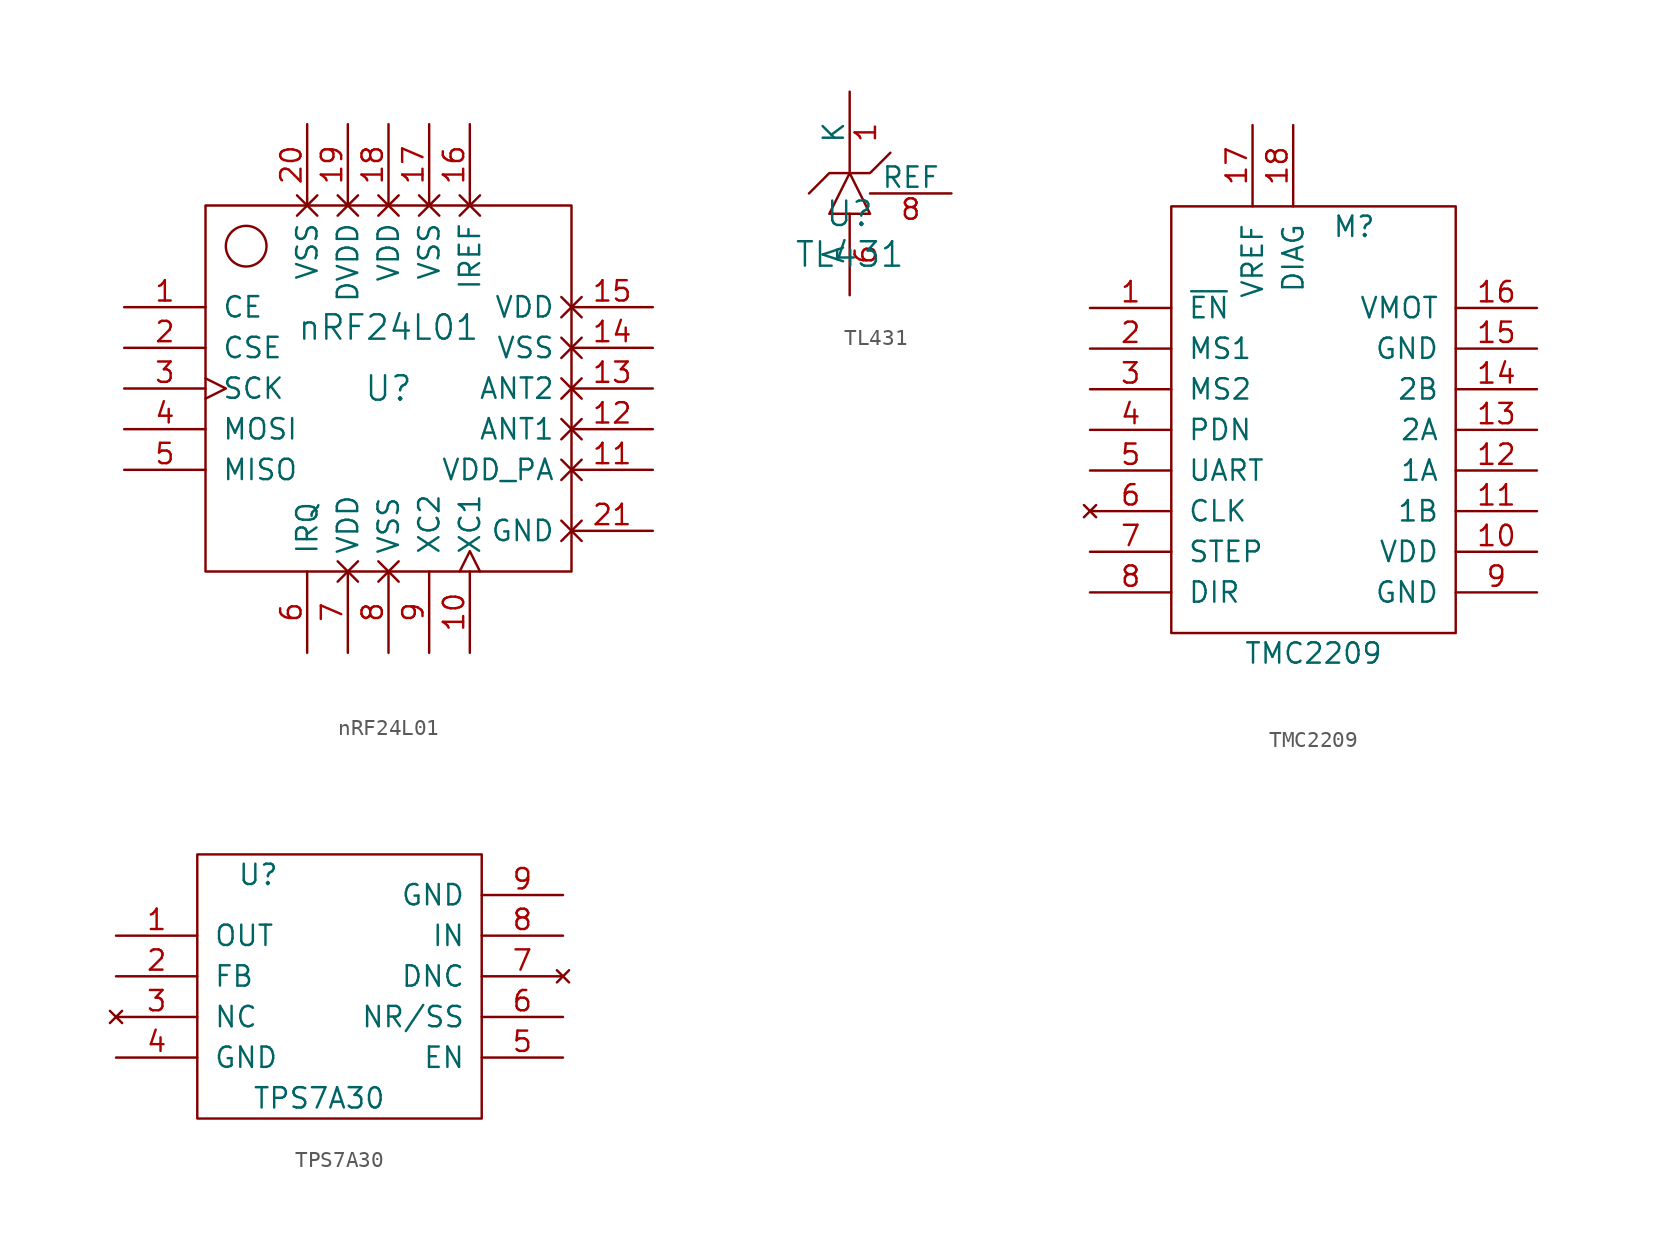
<source format=kicad_sym>
(kicad_symbol_lib
  (version 20220914)
  (generator kicad_symbol_editor)
  (symbol "nRF24L01"
    (pin_names
      (offset 1.016))
    (property "Reference" "U"
      (at 0 0 0)
      (effects (font (size 1.524 1.524))))
    (property "Value" "nRF24L01"
      (at 0 3.81 0)
      (effects (font (size 1.524 1.524))))
    (property "Footprint" ""
      (at 10.16 -13.97 0)
      (effects (font (size 1.524 1.524))))
    (property "Datasheet" ""
      (at 10.16 -13.97 0)
      (effects (font (size 1.524 1.524))))
    (symbol "nRF24L01_0_1"
      (rectangle (start -11.43 11.43) (end 11.43 -11.43) (stroke (width 0) (type default)) (fill (type none)))
      (circle (center -8.89 8.89) (radius 1.27) (stroke (width 0) (type default)) (fill (type none))))
    (symbol "nRF24L01_1_1"
      (pin input line (at -16.51 5.08 0) (length 5.08) (name "CE" (effects (font (size 1.27 1.27)))) (number "1" (effects (font (size 1.27 1.27)))))
      (pin input clock (at 5.08 -16.51 90) (length 5.08) (name "XC1" (effects (font (size 1.27 1.27)))) (number "10" (effects (font (size 1.27 1.27)))))
      (pin power_out non_logic (at 16.51 -5.08 180) (length 5.08) (name "VDD_PA" (effects (font (size 1.27 1.27)))) (number "11" (effects (font (size 1.27 1.27)))))
      (pin bidirectional non_logic (at 16.51 -2.54 180) (length 5.08) (name "ANT1" (effects (font (size 1.27 1.27)))) (number "12" (effects (font (size 1.27 1.27)))))
      (pin bidirectional non_logic (at 16.51 0 180) (length 5.08) (name "ANT2" (effects (font (size 1.27 1.27)))) (number "13" (effects (font (size 1.27 1.27)))))
      (pin power_in non_logic (at 16.51 2.54 180) (length 5.08) (name "VSS" (effects (font (size 1.27 1.27)))) (number "14" (effects (font (size 1.27 1.27)))))
      (pin power_in non_logic (at 16.51 5.08 180) (length 5.08) (name "VDD" (effects (font (size 1.27 1.27)))) (number "15" (effects (font (size 1.27 1.27)))))
      (pin power_in non_logic (at 5.08 16.51 270) (length 5.08) (name "IREF" (effects (font (size 1.27 1.27)))) (number "16" (effects (font (size 1.27 1.27)))))
      (pin power_in non_logic (at 2.54 16.51 270) (length 5.08) (name "VSS" (effects (font (size 1.27 1.27)))) (number "17" (effects (font (size 1.27 1.27)))))
      (pin power_in non_logic (at 0 16.51 270) (length 5.08) (name "VDD" (effects (font (size 1.27 1.27)))) (number "18" (effects (font (size 1.27 1.27)))))
      (pin power_in non_logic (at -2.54 16.51 270) (length 5.08) (name "DVDD" (effects (font (size 1.27 1.27)))) (number "19" (effects (font (size 1.27 1.27)))))
      (pin input line (at -16.51 2.54 0) (length 5.08) (name "CSE" (effects (font (size 1.27 1.27)))) (number "2" (effects (font (size 1.27 1.27)))))
      (pin power_in non_logic (at -5.08 16.51 270) (length 5.08) (name "VSS" (effects (font (size 1.27 1.27)))) (number "20" (effects (font (size 1.27 1.27)))))
      (pin power_in non_logic (at 16.51 -8.89 180) (length 5.08) (name "GND" (effects (font (size 1.27 1.27)))) (number "21" (effects (font (size 1.27 1.27)))))
      (pin input clock (at -16.51 0 0) (length 5.08) (name "SCK" (effects (font (size 1.27 1.27)))) (number "3" (effects (font (size 1.27 1.27)))))
      (pin input line (at -16.51 -2.54 0) (length 5.08) (name "MOSI" (effects (font (size 1.27 1.27)))) (number "4" (effects (font (size 1.27 1.27)))))
      (pin input line (at -16.51 -5.08 0) (length 5.08) (name "MISO" (effects (font (size 1.27 1.27)))) (number "5" (effects (font (size 1.27 1.27)))))
      (pin input line (at -5.08 -16.51 90) (length 5.08) (name "IRQ" (effects (font (size 1.27 1.27)))) (number "6" (effects (font (size 1.27 1.27)))))
      (pin power_in non_logic (at -2.54 -16.51 90) (length 5.08) (name "VDD" (effects (font (size 1.27 1.27)))) (number "7" (effects (font (size 1.27 1.27)))))
      (pin power_in non_logic (at 0 -16.51 90) (length 5.08) (name "VSS" (effects (font (size 1.27 1.27)))) (number "8" (effects (font (size 1.27 1.27)))))
      (pin input line (at 2.54 -16.51 90) (length 5.08) (name "XC2" (effects (font (size 1.27 1.27)))) (number "9" (effects (font (size 1.27 1.27)))))))
  (symbol "TL431"
    (pin_names
      (offset 0))
    (property "Reference" "U"
      (at 0 -1.27 0)
      (effects (font (size 1.524 1.524))))
    (property "Value" "TL431"
      (at 0 -3.81 0)
      (effects (font (size 1.524 1.524))))
    (property "Footprint" ""
      (at 0 0 0)
      (effects (font (size 1.524 1.524))))
    (property "Datasheet" ""
      (at 0 0 0)
      (effects (font (size 1.524 1.524))))
    (symbol "TL431_0_1"
      (polyline (pts (xy -2.54 0) (xy -1.27 1.27) (xy 1.27 1.27) (xy 2.54 2.54)) (stroke (width 0) (type default)) (fill (type none)))
      (polyline (pts (xy -1.27 -1.27) (xy 1.27 -1.27) (xy 0 1.27) (xy -1.27 -1.27)) (stroke (width 0) (type default)) (fill (type none))))
    (symbol "TL431_1_1"
      (pin input line (at 0 6.35 270) (length 5.08) (name "K" (effects (font (size 1.27 1.27)))) (number "1" (effects (font (size 1.27 1.27)))))
      (pin input line (at 0 -6.35 90) (length 5.08) (name "A" (effects (font (size 1.27 1.27)))) (number "6" (effects (font (size 1.27 1.27)))))
      (pin input line (at 6.35 0 180) (length 5.08) (name "REF" (effects (font (size 1.27 1.27)))) (number "8" (effects (font (size 1.27 1.27)))))))
  (symbol "TMC2209"
    (pin_names
      (offset 1.016))
    (property "Reference" "M"
      (at 2.54 13.97 0)
      (effects (font (size 1.27 1.27))))
    (property "Value" "TMC2209"
      (at 0 -12.7 0)
      (effects (font (size 1.27 1.27))))
    (symbol "TMC2209_1_1"
      (rectangle (start -8.89 15.24) (end 8.89 -11.43) (stroke (width 0) (type default)) (fill (type none)))
      (pin input line (at -13.97 8.89 0) (length 5.08) (name "~{EN}" (effects (font (size 1.27 1.27)))) (number "1" (effects (font (size 1.27 1.27)))))
      (pin power_in line (at 13.97 -6.35 180) (length 5.08) (name "VDD" (effects (font (size 1.27 1.27)))) (number "10" (effects (font (size 1.27 1.27)))))
      (pin output line (at 13.97 -3.81 180) (length 5.08) (name "1B" (effects (font (size 1.27 1.27)))) (number "11" (effects (font (size 1.27 1.27)))))
      (pin output line (at 13.97 -1.27 180) (length 5.08) (name "1A" (effects (font (size 1.27 1.27)))) (number "12" (effects (font (size 1.27 1.27)))))
      (pin output line (at 13.97 1.27 180) (length 5.08) (name "2A" (effects (font (size 1.27 1.27)))) (number "13" (effects (font (size 1.27 1.27)))))
      (pin output line (at 13.97 3.81 180) (length 5.08) (name "2B" (effects (font (size 1.27 1.27)))) (number "14" (effects (font (size 1.27 1.27)))))
      (pin power_in line (at 13.97 6.35 180) (length 5.08) (name "GND" (effects (font (size 1.27 1.27)))) (number "15" (effects (font (size 1.27 1.27)))))
      (pin power_in line (at 13.97 8.89 180) (length 5.08) (name "VMOT" (effects (font (size 1.27 1.27)))) (number "16" (effects (font (size 1.27 1.27)))))
      (pin output line (at -3.81 20.32 270) (length 5.08) (name "VREF" (effects (font (size 1.27 1.27)))) (number "17" (effects (font (size 1.27 1.27)))))
      (pin output line (at -1.27 20.32 270) (length 5.08) (name "DIAG" (effects (font (size 1.27 1.27)))) (number "18" (effects (font (size 1.27 1.27)))))
      (pin input line (at -13.97 6.35 0) (length 5.08) (name "MS1" (effects (font (size 1.27 1.27)))) (number "2" (effects (font (size 1.27 1.27)))))
      (pin input line (at -13.97 3.81 0) (length 5.08) (name "MS2" (effects (font (size 1.27 1.27)))) (number "3" (effects (font (size 1.27 1.27)))))
      (pin input line (at -13.97 1.27 0) (length 5.08) (name "PDN" (effects (font (size 1.27 1.27)))) (number "4" (effects (font (size 1.27 1.27)))))
      (pin input line (at -13.97 -1.27 0) (length 5.08) (name "UART" (effects (font (size 1.27 1.27)))) (number "5" (effects (font (size 1.27 1.27)))))
      (pin no_connect line (at -13.97 -3.81 0) (length 5.08) (name "CLK" (effects (font (size 1.27 1.27)))) (number "6" (effects (font (size 1.27 1.27)))))
      (pin input line (at -13.97 -6.35 0) (length 5.08) (name "STEP" (effects (font (size 1.27 1.27)))) (number "7" (effects (font (size 1.27 1.27)))))
      (pin input line (at -13.97 -8.89 0) (length 5.08) (name "DIR" (effects (font (size 1.27 1.27)))) (number "8" (effects (font (size 1.27 1.27)))))
      (pin power_in line (at 13.97 -8.89 180) (length 5.08) (name "GND" (effects (font (size 1.27 1.27)))) (number "9" (effects (font (size 1.27 1.27)))))))
  (symbol "TPS7A30"
    (pin_names
      (offset 1.016))
    (property "Reference" "U"
      (at -5.08 7.62 0)
      (effects (font (size 1.27 1.27))))
    (property "Value" "TPS7A30"
      (at -1.27 -6.35 0)
      (effects (font (size 1.27 1.27))))
    (symbol "TPS7A30_1_1"
      (rectangle (start -8.89 8.89) (end 8.89 -7.62) (stroke (width 0) (type default)) (fill (type none)))
      (pin power_out line (at -13.97 3.81 0) (length 5.08) (name "OUT" (effects (font (size 1.27 1.27)))) (number "1" (effects (font (size 1.27 1.27)))))
      (pin input line (at -13.97 1.27 0) (length 5.08) (name "FB" (effects (font (size 1.27 1.27)))) (number "2" (effects (font (size 1.27 1.27)))))
      (pin no_connect line (at -13.97 -1.27 0) (length 5.08) (name "NC" (effects (font (size 1.27 1.27)))) (number "3" (effects (font (size 1.27 1.27)))))
      (pin power_in line (at -13.97 -3.81 0) (length 5.08) (name "GND" (effects (font (size 1.27 1.27)))) (number "4" (effects (font (size 1.27 1.27)))))
      (pin input line (at 13.97 -3.81 180) (length 5.08) (name "EN" (effects (font (size 1.27 1.27)))) (number "5" (effects (font (size 1.27 1.27)))))
      (pin input line (at 13.97 -1.27 180) (length 5.08) (name "NR/SS" (effects (font (size 1.27 1.27)))) (number "6" (effects (font (size 1.27 1.27)))))
      (pin no_connect line (at 13.97 1.27 180) (length 5.08) (name "DNC" (effects (font (size 1.27 1.27)))) (number "7" (effects (font (size 1.27 1.27)))))
      (pin power_in line (at 13.97 3.81 180) (length 5.08) (name "IN" (effects (font (size 1.27 1.27)))) (number "8" (effects (font (size 1.27 1.27)))))
      (pin power_in line (at 13.97 6.35 180) (length 5.08) (name "GND" (effects (font (size 1.27 1.27)))) (number "9" (effects (font (size 1.27 1.27))))))))
</source>
